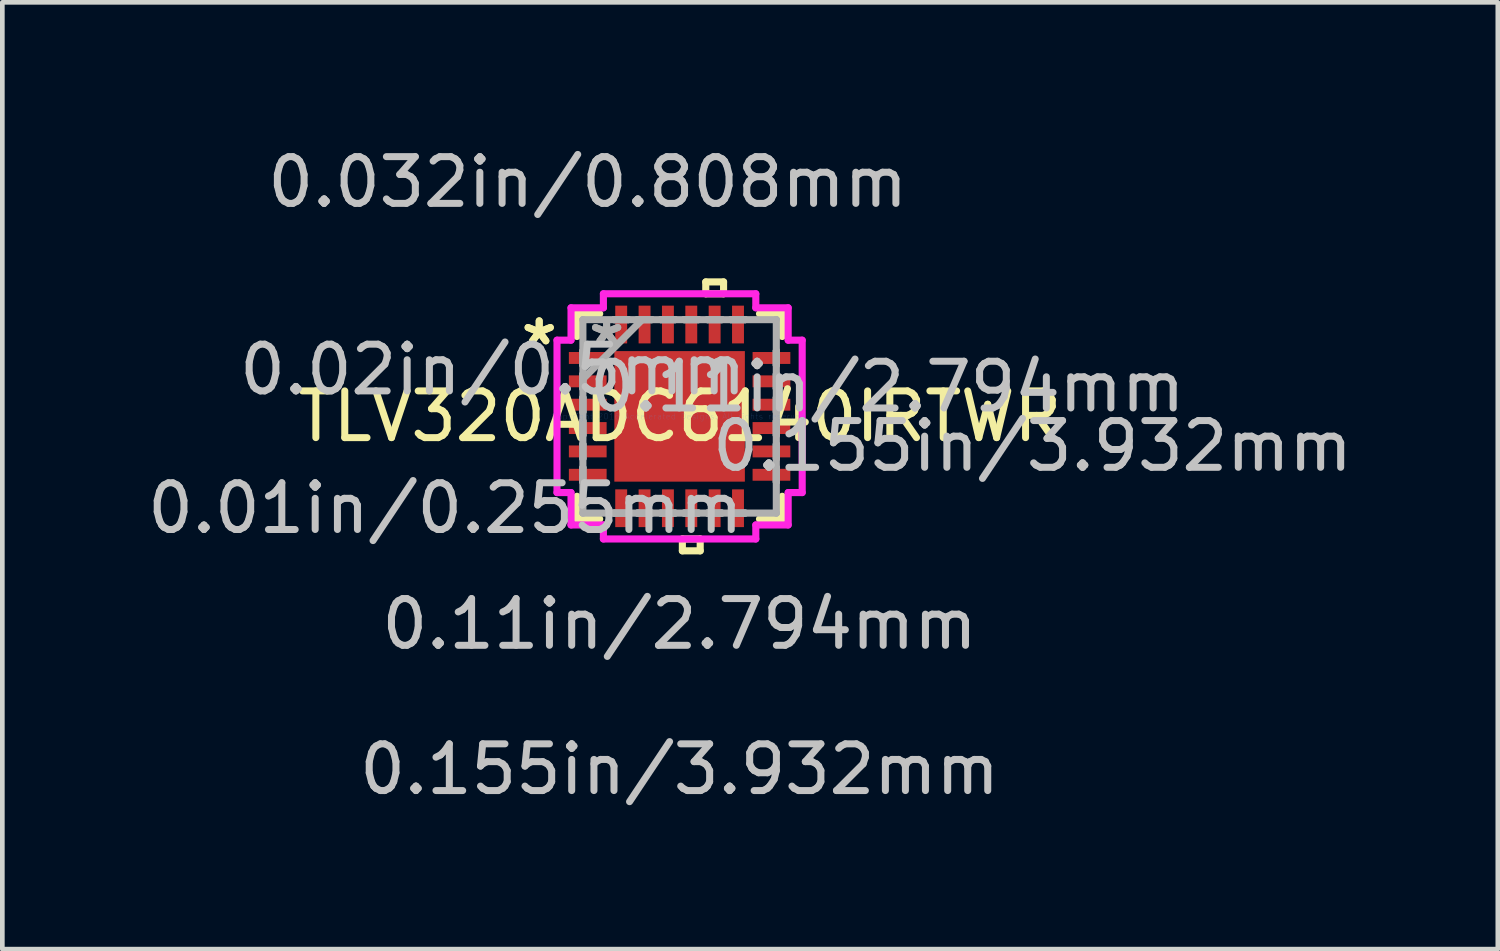
<source format=kicad_pcb>
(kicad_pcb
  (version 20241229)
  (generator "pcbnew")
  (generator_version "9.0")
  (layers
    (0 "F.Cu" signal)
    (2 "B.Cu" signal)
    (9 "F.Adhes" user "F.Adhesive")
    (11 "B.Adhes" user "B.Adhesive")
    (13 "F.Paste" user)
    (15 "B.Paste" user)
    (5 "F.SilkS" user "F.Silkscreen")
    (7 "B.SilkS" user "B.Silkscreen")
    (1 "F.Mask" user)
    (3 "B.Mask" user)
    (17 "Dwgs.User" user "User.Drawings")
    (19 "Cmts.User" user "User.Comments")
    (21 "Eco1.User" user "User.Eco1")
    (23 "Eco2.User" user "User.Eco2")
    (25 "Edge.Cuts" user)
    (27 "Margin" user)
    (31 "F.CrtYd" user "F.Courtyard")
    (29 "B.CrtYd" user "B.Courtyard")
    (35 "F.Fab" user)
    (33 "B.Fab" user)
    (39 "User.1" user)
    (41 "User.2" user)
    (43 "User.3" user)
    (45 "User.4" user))
  (footprint "TLV320ADC6140IRTWR"
    (layer "F.Cu")
    (at 11.496 5.862)
    (property "Reference" "TLV320ADC6140IRTWR" (at 0 0 0) (layer "F.SilkS") (effects (font (size 1 1) (thickness 0.15))))
    (attr through_hole)
    (fp_line (start -2.197 -2.197) (end -2.197 -1.71) (stroke (width 0.152) (type solid)) (layer "F.SilkS"))
    (fp_line (start -2.197 1.71) (end -2.197 2.197) (stroke (width 0.152) (type solid)) (layer "F.SilkS"))
    (fp_line (start -2.197 2.197) (end -1.71 2.197) (stroke (width 0.152) (type solid)) (layer "F.SilkS"))
    (fp_line (start -1.71 -2.197) (end -2.197 -2.197) (stroke (width 0.152) (type solid)) (layer "F.SilkS"))
    (fp_line (start 0.059 2.624) (end 0.059 2.878) (stroke (width 0.152) (type solid)) (layer "F.SilkS"))
    (fp_line (start 0.059 2.878) (end 0.441 2.878) (stroke (width 0.152) (type solid)) (layer "F.SilkS"))
    (fp_line (start 0.441 2.624) (end 0.059 2.624) (stroke (width 0.152) (type solid)) (layer "F.SilkS"))
    (fp_line (start 0.441 2.878) (end 0.441 2.624) (stroke (width 0.152) (type solid)) (layer "F.SilkS"))
    (fp_line (start 0.56 -2.878) (end 0.941 -2.878) (stroke (width 0.152) (type solid)) (layer "F.SilkS"))
    (fp_line (start 0.56 -2.624) (end 0.56 -2.878) (stroke (width 0.152) (type solid)) (layer "F.SilkS"))
    (fp_line (start 0.941 -2.878) (end 0.941 -2.624) (stroke (width 0.152) (type solid)) (layer "F.SilkS"))
    (fp_line (start 0.941 -2.624) (end 0.56 -2.624) (stroke (width 0.152) (type solid)) (layer "F.SilkS"))
    (fp_line (start 1.71 2.197) (end 2.197 2.197) (stroke (width 0.152) (type solid)) (layer "F.SilkS"))
    (fp_line (start 2.197 -2.197) (end 1.71 -2.197) (stroke (width 0.152) (type solid)) (layer "F.SilkS"))
    (fp_line (start 2.197 -1.71) (end 2.197 -2.197) (stroke (width 0.152) (type solid)) (layer "F.SilkS"))
    (fp_line (start 2.197 2.197) (end 2.197 1.71) (stroke (width 0.152) (type solid)) (layer "F.SilkS"))
    (fp_line (start -1.297 -1.297) (end -1.297 -0.1) (stroke (width 0.152) (type solid)) (layer "F.Paste"))
    (fp_line (start -1.297 -0.1) (end -0.1 -0.1) (stroke (width 0.152) (type solid)) (layer "F.Paste"))
    (fp_line (start -1.297 0.1) (end -1.297 1.297) (stroke (width 0.152) (type solid)) (layer "F.Paste"))
    (fp_line (start -1.297 1.297) (end -0.1 1.297) (stroke (width 0.152) (type solid)) (layer "F.Paste"))
    (fp_line (start -0.1 -1.297) (end -1.297 -1.297) (stroke (width 0.152) (type solid)) (layer "F.Paste"))
    (fp_line (start -0.1 -0.1) (end -0.1 -1.297) (stroke (width 0.152) (type solid)) (layer "F.Paste"))
    (fp_line (start -0.1 0.1) (end -1.297 0.1) (stroke (width 0.152) (type solid)) (layer "F.Paste"))
    (fp_line (start -0.1 1.297) (end -0.1 0.1) (stroke (width 0.152) (type solid)) (layer "F.Paste"))
    (fp_line (start 0.1 -1.297) (end 0.1 -0.1) (stroke (width 0.152) (type solid)) (layer "F.Paste"))
    (fp_line (start 0.1 -0.1) (end 1.297 -0.1) (stroke (width 0.152) (type solid)) (layer "F.Paste"))
    (fp_line (start 0.1 0.1) (end 0.1 1.297) (stroke (width 0.152) (type solid)) (layer "F.Paste"))
    (fp_line (start 0.1 1.297) (end 1.297 1.297) (stroke (width 0.152) (type solid)) (layer "F.Paste"))
    (fp_line (start 1.297 -1.297) (end 0.1 -1.297) (stroke (width 0.152) (type solid)) (layer "F.Paste"))
    (fp_line (start 1.297 -0.1) (end 1.297 -1.297) (stroke (width 0.152) (type solid)) (layer "F.Paste"))
    (fp_line (start 1.297 0.1) (end 0.1 0.1) (stroke (width 0.152) (type solid)) (layer "F.Paste"))
    (fp_line (start 1.297 1.297) (end 1.297 0.1) (stroke (width 0.152) (type solid)) (layer "F.Paste"))
    (fp_line (start -2.624 -1.631) (end -2.324 -1.631) (stroke (width 0.152) (type solid)) (layer "F.CrtYd"))
    (fp_line (start -2.624 1.631) (end -2.624 -1.631) (stroke (width 0.152) (type solid)) (layer "F.CrtYd"))
    (fp_line (start -2.324 -2.324) (end -1.631 -2.324) (stroke (width 0.152) (type solid)) (layer "F.CrtYd"))
    (fp_line (start -2.324 -1.631) (end -2.324 -2.324) (stroke (width 0.152) (type solid)) (layer "F.CrtYd"))
    (fp_line (start -2.324 1.631) (end -2.624 1.631) (stroke (width 0.152) (type solid)) (layer "F.CrtYd"))
    (fp_line (start -2.324 2.324) (end -2.324 1.631) (stroke (width 0.152) (type solid)) (layer "F.CrtYd"))
    (fp_line (start -1.631 -2.624) (end 1.631 -2.624) (stroke (width 0.152) (type solid)) (layer "F.CrtYd"))
    (fp_line (start -1.631 -2.324) (end -1.631 -2.624) (stroke (width 0.152) (type solid)) (layer "F.CrtYd"))
    (fp_line (start -1.631 2.324) (end -2.324 2.324) (stroke (width 0.152) (type solid)) (layer "F.CrtYd"))
    (fp_line (start -1.631 2.624) (end -1.631 2.324) (stroke (width 0.152) (type solid)) (layer "F.CrtYd"))
    (fp_line (start 1.631 -2.624) (end 1.631 -2.324) (stroke (width 0.152) (type solid)) (layer "F.CrtYd"))
    (fp_line (start 1.631 -2.324) (end 2.324 -2.324) (stroke (width 0.152) (type solid)) (layer "F.CrtYd"))
    (fp_line (start 1.631 2.324) (end 1.631 2.624) (stroke (width 0.152) (type solid)) (layer "F.CrtYd"))
    (fp_line (start 1.631 2.624) (end -1.631 2.624) (stroke (width 0.152) (type solid)) (layer "F.CrtYd"))
    (fp_line (start 2.324 -2.324) (end 2.324 -1.631) (stroke (width 0.152) (type solid)) (layer "F.CrtYd"))
    (fp_line (start 2.324 -1.631) (end 2.624 -1.631) (stroke (width 0.152) (type solid)) (layer "F.CrtYd"))
    (fp_line (start 2.324 1.631) (end 2.324 2.324) (stroke (width 0.152) (type solid)) (layer "F.CrtYd"))
    (fp_line (start 2.324 2.324) (end 1.631 2.324) (stroke (width 0.152) (type solid)) (layer "F.CrtYd"))
    (fp_line (start 2.624 -1.631) (end 2.624 1.631) (stroke (width 0.152) (type solid)) (layer "F.CrtYd"))
    (fp_line (start 2.624 1.631) (end 2.324 1.631) (stroke (width 0.152) (type solid)) (layer "F.CrtYd"))
    (fp_line (start -2.07 -2.07) (end -2.07 -2.07) (stroke (width 0.152) (type solid)) (layer "F.Fab"))
    (fp_line (start -2.07 -2.07) (end -2.07 2.07) (stroke (width 0.152) (type solid)) (layer "F.Fab"))
    (fp_line (start -2.07 -1.402) (end -2.07 -1.402) (stroke (width 0.152) (type solid)) (layer "F.Fab"))
    (fp_line (start -2.07 -1.402) (end -2.07 -1.098) (stroke (width 0.152) (type solid)) (layer "F.Fab"))
    (fp_line (start -2.07 -1.098) (end -2.07 -1.402) (stroke (width 0.152) (type solid)) (layer "F.Fab"))
    (fp_line (start -2.07 -1.098) (end -2.07 -1.098) (stroke (width 0.152) (type solid)) (layer "F.Fab"))
    (fp_line (start -2.07 -0.902) (end -2.07 -0.902) (stroke (width 0.152) (type solid)) (layer "F.Fab"))
    (fp_line (start -2.07 -0.902) (end -2.07 -0.598) (stroke (width 0.152) (type solid)) (layer "F.Fab"))
    (fp_line (start -2.07 -0.8) (end -0.8 -2.07) (stroke (width 0.152) (type solid)) (layer "F.Fab"))
    (fp_line (start -2.07 -0.598) (end -2.07 -0.902) (stroke (width 0.152) (type solid)) (layer "F.Fab"))
    (fp_line (start -2.07 -0.598) (end -2.07 -0.598) (stroke (width 0.152) (type solid)) (layer "F.Fab"))
    (fp_line (start -2.07 -0.402) (end -2.07 -0.402) (stroke (width 0.152) (type solid)) (layer "F.Fab"))
    (fp_line (start -2.07 -0.402) (end -2.07 -0.098) (stroke (width 0.152) (type solid)) (layer "F.Fab"))
    (fp_line (start -2.07 -0.098) (end -2.07 -0.402) (stroke (width 0.152) (type solid)) (layer "F.Fab"))
    (fp_line (start -2.07 -0.098) (end -2.07 -0.098) (stroke (width 0.152) (type solid)) (layer "F.Fab"))
    (fp_line (start -2.07 0.098) (end -2.07 0.098) (stroke (width 0.152) (type solid)) (layer "F.Fab"))
    (fp_line (start -2.07 0.098) (end -2.07 0.402) (stroke (width 0.152) (type solid)) (layer "F.Fab"))
    (fp_line (start -2.07 0.402) (end -2.07 0.098) (stroke (width 0.152) (type solid)) (layer "F.Fab"))
    (fp_line (start -2.07 0.402) (end -2.07 0.402) (stroke (width 0.152) (type solid)) (layer "F.Fab"))
    (fp_line (start -2.07 0.598) (end -2.07 0.598) (stroke (width 0.152) (type solid)) (layer "F.Fab"))
    (fp_line (start -2.07 0.598) (end -2.07 0.902) (stroke (width 0.152) (type solid)) (layer "F.Fab"))
    (fp_line (start -2.07 0.902) (end -2.07 0.598) (stroke (width 0.152) (type solid)) (layer "F.Fab"))
    (fp_line (start -2.07 0.902) (end -2.07 0.902) (stroke (width 0.152) (type solid)) (layer "F.Fab"))
    (fp_line (start -2.07 1.098) (end -2.07 1.098) (stroke (width 0.152) (type solid)) (layer "F.Fab"))
    (fp_line (start -2.07 1.098) (end -2.07 1.402) (stroke (width 0.152) (type solid)) (layer "F.Fab"))
    (fp_line (start -2.07 1.402) (end -2.07 1.098) (stroke (width 0.152) (type solid)) (layer "F.Fab"))
    (fp_line (start -2.07 1.402) (end -2.07 1.402) (stroke (width 0.152) (type solid)) (layer "F.Fab"))
    (fp_line (start -2.07 2.07) (end -2.07 2.07) (stroke (width 0.152) (type solid)) (layer "F.Fab"))
    (fp_line (start -2.07 2.07) (end 2.07 2.07) (stroke (width 0.152) (type solid)) (layer "F.Fab"))
    (fp_line (start -1.402 -2.07) (end -1.402 -2.07) (stroke (width 0.152) (type solid)) (layer "F.Fab"))
    (fp_line (start -1.402 -2.07) (end -1.098 -2.07) (stroke (width 0.152) (type solid)) (layer "F.Fab"))
    (fp_line (start -1.402 2.07) (end -1.402 2.07) (stroke (width 0.152) (type solid)) (layer "F.Fab"))
    (fp_line (start -1.402 2.07) (end -1.098 2.07) (stroke (width 0.152) (type solid)) (layer "F.Fab"))
    (fp_line (start -1.098 -2.07) (end -1.402 -2.07) (stroke (width 0.152) (type solid)) (layer "F.Fab"))
    (fp_line (start -1.098 -2.07) (end -1.098 -2.07) (stroke (width 0.152) (type solid)) (layer "F.Fab"))
    (fp_line (start -1.098 2.07) (end -1.402 2.07) (stroke (width 0.152) (type solid)) (layer "F.Fab"))
    (fp_line (start -1.098 2.07) (end -1.098 2.07) (stroke (width 0.152) (type solid)) (layer "F.Fab"))
    (fp_line (start -0.902 -2.07) (end -0.902 -2.07) (stroke (width 0.152) (type solid)) (layer "F.Fab"))
    (fp_line (start -0.902 -2.07) (end -0.598 -2.07) (stroke (width 0.152) (type solid)) (layer "F.Fab"))
    (fp_line (start -0.902 2.07) (end -0.902 2.07) (stroke (width 0.152) (type solid)) (layer "F.Fab"))
    (fp_line (start -0.902 2.07) (end -0.598 2.07) (stroke (width 0.152) (type solid)) (layer "F.Fab"))
    (fp_line (start -0.598 -2.07) (end -0.902 -2.07) (stroke (width 0.152) (type solid)) (layer "F.Fab"))
    (fp_line (start -0.598 -2.07) (end -0.598 -2.07) (stroke (width 0.152) (type solid)) (layer "F.Fab"))
    (fp_line (start -0.598 2.07) (end -0.902 2.07) (stroke (width 0.152) (type solid)) (layer "F.Fab"))
    (fp_line (start -0.598 2.07) (end -0.598 2.07) (stroke (width 0.152) (type solid)) (layer "F.Fab"))
    (fp_line (start -0.402 -2.07) (end -0.402 -2.07) (stroke (width 0.152) (type solid)) (layer "F.Fab"))
    (fp_line (start -0.402 -2.07) (end -0.098 -2.07) (stroke (width 0.152) (type solid)) (layer "F.Fab"))
    (fp_line (start -0.402 2.07) (end -0.402 2.07) (stroke (width 0.152) (type solid)) (layer "F.Fab"))
    (fp_line (start -0.402 2.07) (end -0.098 2.07) (stroke (width 0.152) (type solid)) (layer "F.Fab"))
    (fp_line (start -0.098 -2.07) (end -0.402 -2.07) (stroke (width 0.152) (type solid)) (layer "F.Fab"))
    (fp_line (start -0.098 -2.07) (end -0.098 -2.07) (stroke (width 0.152) (type solid)) (layer "F.Fab"))
    (fp_line (start -0.098 2.07) (end -0.402 2.07) (stroke (width 0.152) (type solid)) (layer "F.Fab"))
    (fp_line (start -0.098 2.07) (end -0.098 2.07) (stroke (width 0.152) (type solid)) (layer "F.Fab"))
    (fp_line (start 0.098 -2.07) (end 0.098 -2.07) (stroke (width 0.152) (type solid)) (layer "F.Fab"))
    (fp_line (start 0.098 -2.07) (end 0.402 -2.07) (stroke (width 0.152) (type solid)) (layer "F.Fab"))
    (fp_line (start 0.098 2.07) (end 0.098 2.07) (stroke (width 0.152) (type solid)) (layer "F.Fab"))
    (fp_line (start 0.098 2.07) (end 0.402 2.07) (stroke (width 0.152) (type solid)) (layer "F.Fab"))
    (fp_line (start 0.402 -2.07) (end 0.098 -2.07) (stroke (width 0.152) (type solid)) (layer "F.Fab"))
    (fp_line (start 0.402 -2.07) (end 0.402 -2.07) (stroke (width 0.152) (type solid)) (layer "F.Fab"))
    (fp_line (start 0.402 2.07) (end 0.098 2.07) (stroke (width 0.152) (type solid)) (layer "F.Fab"))
    (fp_line (start 0.402 2.07) (end 0.402 2.07) (stroke (width 0.152) (type solid)) (layer "F.Fab"))
    (fp_line (start 0.598 -2.07) (end 0.598 -2.07) (stroke (width 0.152) (type solid)) (layer "F.Fab"))
    (fp_line (start 0.598 -2.07) (end 0.902 -2.07) (stroke (width 0.152) (type solid)) (layer "F.Fab"))
    (fp_line (start 0.598 2.07) (end 0.598 2.07) (stroke (width 0.152) (type solid)) (layer "F.Fab"))
    (fp_line (start 0.598 2.07) (end 0.902 2.07) (stroke (width 0.152) (type solid)) (layer "F.Fab"))
    (fp_line (start 0.902 -2.07) (end 0.598 -2.07) (stroke (width 0.152) (type solid)) (layer "F.Fab"))
    (fp_line (start 0.902 -2.07) (end 0.902 -2.07) (stroke (width 0.152) (type solid)) (layer "F.Fab"))
    (fp_line (start 0.902 2.07) (end 0.598 2.07) (stroke (width 0.152) (type solid)) (layer "F.Fab"))
    (fp_line (start 0.902 2.07) (end 0.902 2.07) (stroke (width 0.152) (type solid)) (layer "F.Fab"))
    (fp_line (start 1.098 -2.07) (end 1.098 -2.07) (stroke (width 0.152) (type solid)) (layer "F.Fab"))
    (fp_line (start 1.098 -2.07) (end 1.402 -2.07) (stroke (width 0.152) (type solid)) (layer "F.Fab"))
    (fp_line (start 1.098 2.07) (end 1.098 2.07) (stroke (width 0.152) (type solid)) (layer "F.Fab"))
    (fp_line (start 1.098 2.07) (end 1.402 2.07) (stroke (width 0.152) (type solid)) (layer "F.Fab"))
    (fp_line (start 1.402 -2.07) (end 1.098 -2.07) (stroke (width 0.152) (type solid)) (layer "F.Fab"))
    (fp_line (start 1.402 -2.07) (end 1.402 -2.07) (stroke (width 0.152) (type solid)) (layer "F.Fab"))
    (fp_line (start 1.402 2.07) (end 1.098 2.07) (stroke (width 0.152) (type solid)) (layer "F.Fab"))
    (fp_line (start 1.402 2.07) (end 1.402 2.07) (stroke (width 0.152) (type solid)) (layer "F.Fab"))
    (fp_line (start 2.07 -2.07) (end -2.07 -2.07) (stroke (width 0.152) (type solid)) (layer "F.Fab"))
    (fp_line (start 2.07 -2.07) (end 2.07 -2.07) (stroke (width 0.152) (type solid)) (layer "F.Fab"))
    (fp_line (start 2.07 -1.402) (end 2.07 -1.402) (stroke (width 0.152) (type solid)) (layer "F.Fab"))
    (fp_line (start 2.07 -1.402) (end 2.07 -1.098) (stroke (width 0.152) (type solid)) (layer "F.Fab"))
    (fp_line (start 2.07 -1.098) (end 2.07 -1.402) (stroke (width 0.152) (type solid)) (layer "F.Fab"))
    (fp_line (start 2.07 -1.098) (end 2.07 -1.098) (stroke (width 0.152) (type solid)) (layer "F.Fab"))
    (fp_line (start 2.07 -0.902) (end 2.07 -0.902) (stroke (width 0.152) (type solid)) (layer "F.Fab"))
    (fp_line (start 2.07 -0.902) (end 2.07 -0.598) (stroke (width 0.152) (type solid)) (layer "F.Fab"))
    (fp_line (start 2.07 -0.598) (end 2.07 -0.902) (stroke (width 0.152) (type solid)) (layer "F.Fab"))
    (fp_line (start 2.07 -0.598) (end 2.07 -0.598) (stroke (width 0.152) (type solid)) (layer "F.Fab"))
    (fp_line (start 2.07 -0.402) (end 2.07 -0.402) (stroke (width 0.152) (type solid)) (layer "F.Fab"))
    (fp_line (start 2.07 -0.402) (end 2.07 -0.098) (stroke (width 0.152) (type solid)) (layer "F.Fab"))
    (fp_line (start 2.07 -0.098) (end 2.07 -0.402) (stroke (width 0.152) (type solid)) (layer "F.Fab"))
    (fp_line (start 2.07 -0.098) (end 2.07 -0.098) (stroke (width 0.152) (type solid)) (layer "F.Fab"))
    (fp_line (start 2.07 0.098) (end 2.07 0.098) (stroke (width 0.152) (type solid)) (layer "F.Fab"))
    (fp_line (start 2.07 0.098) (end 2.07 0.402) (stroke (width 0.152) (type solid)) (layer "F.Fab"))
    (fp_line (start 2.07 0.402) (end 2.07 0.098) (stroke (width 0.152) (type solid)) (layer "F.Fab"))
    (fp_line (start 2.07 0.402) (end 2.07 0.402) (stroke (width 0.152) (type solid)) (layer "F.Fab"))
    (fp_line (start 2.07 0.598) (end 2.07 0.598) (stroke (width 0.152) (type solid)) (layer "F.Fab"))
    (fp_line (start 2.07 0.598) (end 2.07 0.902) (stroke (width 0.152) (type solid)) (layer "F.Fab"))
    (fp_line (start 2.07 0.902) (end 2.07 0.598) (stroke (width 0.152) (type solid)) (layer "F.Fab"))
    (fp_line (start 2.07 0.902) (end 2.07 0.902) (stroke (width 0.152) (type solid)) (layer "F.Fab"))
    (fp_line (start 2.07 1.098) (end 2.07 1.098) (stroke (width 0.152) (type solid)) (layer "F.Fab"))
    (fp_line (start 2.07 1.098) (end 2.07 1.402) (stroke (width 0.152) (type solid)) (layer "F.Fab"))
    (fp_line (start 2.07 1.402) (end 2.07 1.098) (stroke (width 0.152) (type solid)) (layer "F.Fab"))
    (fp_line (start 2.07 1.402) (end 2.07 1.402) (stroke (width 0.152) (type solid)) (layer "F.Fab"))
    (fp_line (start 2.07 2.07) (end 2.07 -2.07) (stroke (width 0.152) (type solid)) (layer "F.Fab"))
    (fp_line (start 2.07 2.07) (end 2.07 2.07) (stroke (width 0.152) (type solid)) (layer "F.Fab"))
    (fp_text user "*" (at -3.005 -1.5 0) (layer "F.SilkS") (effects (font (size 1 1) (thickness 0.15))))
    (fp_text user "*" (at -3.005 -1.5 0) (layer "F.SilkS") (effects (font (size 1 1) (thickness 0.15))))
    (fp_text user "0.155in/3.932mm" (at 0 7.554 0) (layer "Dwgs.User") (effects (font (size 1 1) (thickness 0.15))))
    (fp_text user "0.11in/2.794mm" (at 0 4.445 0) (layer "Dwgs.User") (effects (font (size 1 1) (thickness 0.15))))
    (fp_text user "0.155in/3.932mm" (at 7.554 0.635 0) (layer "Dwgs.User") (effects (font (size 1 1) (thickness 0.15))))
    (fp_text user "0.01in/0.255mm" (at -5.014 1.966 0) (layer "Dwgs.User") (effects (font (size 1 1) (thickness 0.15))))
    (fp_text user "0.032in/0.808mm" (at -1.966 -5.014 0) (layer "Dwgs.User") (effects (font (size 1 1) (thickness 0.15))))
    (fp_text user "0.02in/0.5mm" (at -3.998 -1 0) (layer "Dwgs.User") (effects (font (size 1 1) (thickness 0.15))))
    (fp_text user "0.11in/2.794mm" (at 4.445 -0.635 0) (layer "Dwgs.User") (effects (font (size 1 1) (thickness 0.15))))
    (fp_text user "Copyright 2016 Accelerated Designs. All rights reserved." (at 0 0 0) (layer "Cmts.User") (effects (font (size 0.127 0.127) (thickness 0.002))))
    (fp_text user "*" (at -1.562 -1.5 0) (layer "F.Fab") (effects (font (size 1 1) (thickness 0.15))))
    (fp_text user "*" (at -1.562 -1.5 0) (layer "F.Fab") (effects (font (size 1 1) (thickness 0.15))))
    (pad "1" smd rect (at -1.966 -1.25 90) (size 0.255 0.808) (layers "F.Cu" "F.Mask" "F.Paste"))
    (pad "2" smd rect (at -1.966 -0.75 90) (size 0.255 0.808) (layers "F.Cu" "F.Mask" "F.Paste"))
    (pad "3" smd rect (at -1.966 -0.25 90) (size 0.255 0.808) (layers "F.Cu" "F.Mask" "F.Paste"))
    (pad "4" smd rect (at -1.966 0.25 90) (size 0.255 0.808) (layers "F.Cu" "F.Mask" "F.Paste"))
    (pad "5" smd rect (at -1.966 0.75 90) (size 0.255 0.808) (layers "F.Cu" "F.Mask" "F.Paste"))
    (pad "6" smd rect (at -1.966 1.25 90) (size 0.255 0.808) (layers "F.Cu" "F.Mask" "F.Paste"))
    (pad "7" smd rect (at -1.25 1.966) (size 0.255 0.808) (layers "F.Cu" "F.Mask" "F.Paste"))
    (pad "8" smd rect (at -0.75 1.966) (size 0.255 0.808) (layers "F.Cu" "F.Mask" "F.Paste"))
    (pad "9" smd rect (at -0.25 1.966) (size 0.255 0.808) (layers "F.Cu" "F.Mask" "F.Paste"))
    (pad "10" smd rect (at 0.25 1.966) (size 0.255 0.808) (layers "F.Cu" "F.Mask" "F.Paste"))
    (pad "11" smd rect (at 0.75 1.966) (size 0.255 0.808) (layers "F.Cu" "F.Mask" "F.Paste"))
    (pad "12" smd rect (at 1.25 1.966) (size 0.255 0.808) (layers "F.Cu" "F.Mask" "F.Paste"))
    (pad "13" smd rect (at 1.966 1.25 90) (size 0.255 0.808) (layers "F.Cu" "F.Mask" "F.Paste"))
    (pad "14" smd rect (at 1.966 0.75 90) (size 0.255 0.808) (layers "F.Cu" "F.Mask" "F.Paste"))
    (pad "15" smd rect (at 1.966 0.25 90) (size 0.255 0.808) (layers "F.Cu" "F.Mask" "F.Paste"))
    (pad "16" smd rect (at 1.966 -0.25 90) (size 0.255 0.808) (layers "F.Cu" "F.Mask" "F.Paste"))
    (pad "17" smd rect (at 1.966 -0.75 90) (size 0.255 0.808) (layers "F.Cu" "F.Mask" "F.Paste"))
    (pad "18" smd rect (at 1.966 -1.25 90) (size 0.255 0.808) (layers "F.Cu" "F.Mask" "F.Paste"))
    (pad "19" smd rect (at 1.25 -1.966) (size 0.255 0.808) (layers "F.Cu" "F.Mask" "F.Paste"))
    (pad "20" smd rect (at 0.75 -1.966) (size 0.255 0.808) (layers "F.Cu" "F.Mask" "F.Paste"))
    (pad "21" smd rect (at 0.25 -1.966) (size 0.255 0.808) (layers "F.Cu" "F.Mask" "F.Paste"))
    (pad "22" smd rect (at -0.25 -1.966) (size 0.255 0.808) (layers "F.Cu" "F.Mask" "F.Paste"))
    (pad "23" smd rect (at -0.75 -1.966) (size 0.255 0.808) (layers "F.Cu" "F.Mask" "F.Paste"))
    (pad "24" smd rect (at -1.25 -1.966) (size 0.255 0.808) (layers "F.Cu" "F.Mask" "F.Paste"))
    (pad "25" smd rect (at 0 0) (size 2.794 2.794) (layers "F.Cu" "F.Mask" "F.Paste")))
  (gr_rect
    (start -3 -3)
    (end 29.009 17.265)
    (stroke (width 0.1) (type default))
    (fill no)
    (layer "Edge.Cuts")))
</source>
